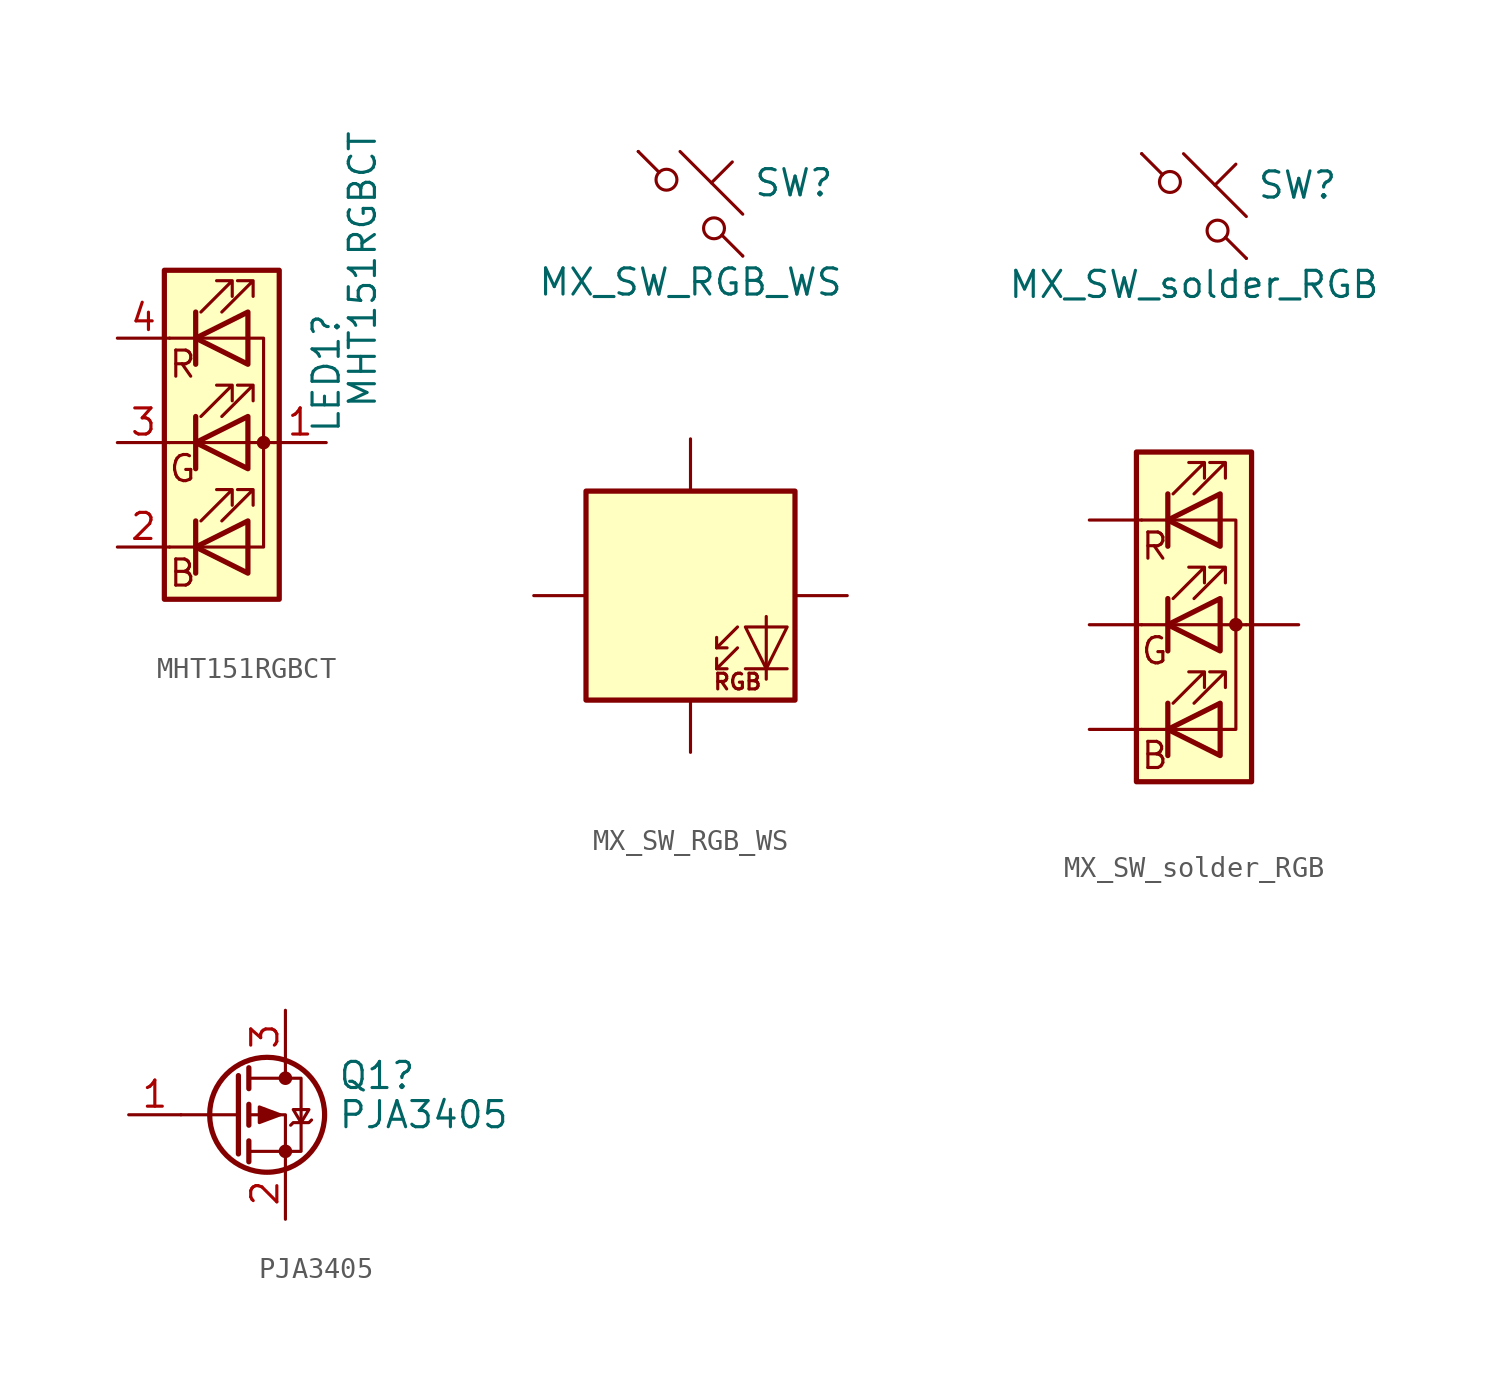
<source format=kicad_sym>
(kicad_symbol_lib
  (version 20220914)
  (generator kicad_symbol_editor)
  (symbol "MHT151RGBCT"
    (pin_names
      (offset 0) hide)
    (property "Reference" "LED1"
      (at 5.08 6.35 90)
      (effects (font (size 1.27 1.27)) (justify right)))
    (property "Value" "MHT151RGBCT"
      (at 6.842 15.24 90)
      (effects (font (size 1.27 1.27)) (justify right)))
    (symbol "MHT151RGBCT_0_0"
      (text "B" (at -1.905 -6.35 0) (effects (font (size 1.27 1.27))))
      (text "G" (at -1.905 -1.27 0) (effects (font (size 1.27 1.27))))
      (text "R" (at -1.905 3.81 0) (effects (font (size 1.27 1.27)))))
    (symbol "MHT151RGBCT_0_1"
      (polyline (pts (xy -1.27 -5.08) (xy -2.54 -5.08)) (stroke (width 0) (type default)) (fill (type none)))
      (polyline (pts (xy -1.27 -5.08) (xy 1.27 -5.08)) (stroke (width 0) (type default)) (fill (type none)))
      (polyline (pts (xy -1.27 -3.81) (xy -1.27 -6.35)) (stroke (width 0.254) (type default)) (fill (type none)))
      (polyline (pts (xy -1.27 0) (xy -2.54 0)) (stroke (width 0) (type default)) (fill (type none)))
      (polyline (pts (xy -1.27 1.27) (xy -1.27 -1.27)) (stroke (width 0.254) (type default)) (fill (type none)))
      (polyline (pts (xy -1.27 5.08) (xy -2.54 5.08)) (stroke (width 0) (type default)) (fill (type none)))
      (polyline (pts (xy -1.27 5.08) (xy 1.27 5.08)) (stroke (width 0) (type default)) (fill (type none)))
      (polyline (pts (xy -1.27 6.35) (xy -1.27 3.81)) (stroke (width 0.254) (type default)) (fill (type none)))
      (polyline (pts (xy 1.27 0) (xy -1.27 0)) (stroke (width 0) (type default)) (fill (type none)))
      (polyline (pts (xy 1.27 0) (xy 2.54 0)) (stroke (width 0) (type default)) (fill (type none)))
      (polyline (pts (xy -1.27 1.27) (xy -1.27 -1.27) (xy -1.27 -1.27)) (stroke (width 0) (type default)) (fill (type none)))
      (polyline (pts (xy -1.27 6.35) (xy -1.27 3.81) (xy -1.27 3.81)) (stroke (width 0) (type default)) (fill (type none)))
      (polyline (pts (xy 1.27 -5.08) (xy 2.032 -5.08) (xy 2.032 5.08) (xy 1.27 5.08)) (stroke (width 0) (type default)) (fill (type none)))
      (polyline (pts (xy 1.27 -3.81) (xy 1.27 -6.35) (xy -1.27 -5.08) (xy 1.27 -3.81)) (stroke (width 0.254) (type default)) (fill (type none)))
      (polyline (pts (xy 1.27 1.27) (xy 1.27 -1.27) (xy -1.27 0) (xy 1.27 1.27)) (stroke (width 0.254) (type default)) (fill (type none)))
      (polyline (pts (xy 1.27 6.35) (xy 1.27 3.81) (xy -1.27 5.08) (xy 1.27 6.35)) (stroke (width 0.254) (type default)) (fill (type none)))
      (polyline (pts (xy -1.016 -3.81) (xy 0.508 -2.286) (xy -0.254 -2.286) (xy 0.508 -2.286) (xy 0.508 -3.048)) (stroke (width 0) (type default)) (fill (type none)))
      (polyline (pts (xy -1.016 1.27) (xy 0.508 2.794) (xy -0.254 2.794) (xy 0.508 2.794) (xy 0.508 2.032)) (stroke (width 0) (type default)) (fill (type none)))
      (polyline (pts (xy -1.016 6.35) (xy 0.508 7.874) (xy -0.254 7.874) (xy 0.508 7.874) (xy 0.508 7.112)) (stroke (width 0) (type default)) (fill (type none)))
      (polyline (pts (xy 0 -3.81) (xy 1.524 -2.286) (xy 0.762 -2.286) (xy 1.524 -2.286) (xy 1.524 -3.048)) (stroke (width 0) (type default)) (fill (type none)))
      (polyline (pts (xy 0 1.27) (xy 1.524 2.794) (xy 0.762 2.794) (xy 1.524 2.794) (xy 1.524 2.032)) (stroke (width 0) (type default)) (fill (type none)))
      (polyline (pts (xy 0 6.35) (xy 1.524 7.874) (xy 0.762 7.874) (xy 1.524 7.874) (xy 1.524 7.112)) (stroke (width 0) (type default)) (fill (type none)))
      (rectangle (start 1.27 -1.27) (end 1.27 1.27) (stroke (width 0) (type default)) (fill (type none)))
      (rectangle (start 1.27 1.27) (end 1.27 1.27) (stroke (width 0) (type default)) (fill (type none)))
      (rectangle (start 1.27 3.81) (end 1.27 6.35) (stroke (width 0) (type default)) (fill (type none)))
      (rectangle (start 1.27 6.35) (end 1.27 6.35) (stroke (width 0) (type default)) (fill (type none)))
      (circle (center 2.032 0) (radius 0.254) (stroke (width 0) (type default)) (fill (type outline)))
      (rectangle (start 2.794 8.382) (end -2.794 -7.62) (stroke (width 0.254) (type default)) (fill (type background))))
    (symbol "MHT151RGBCT_1_1"
      (pin passive line (at 5.08 0 180) (length 2.54) (name "A" (effects (font (size 1.27 1.27)))) (number "1" (effects (font (size 1.27 1.27)))))
      (pin passive line (at -5.08 -5.08 0) (length 2.54) (name "BK" (effects (font (size 1.27 1.27)))) (number "2" (effects (font (size 1.27 1.27)))))
      (pin passive line (at -5.08 0 0) (length 2.54) (name "GK" (effects (font (size 1.27 1.27)))) (number "3" (effects (font (size 1.27 1.27)))))
      (pin passive line (at -5.08 5.08 0) (length 2.54) (name "RK" (effects (font (size 1.27 1.27)))) (number "4" (effects (font (size 1.27 1.27)))))))
  (symbol "MX_SW_RGB_WS"
    (pin_numbers hide)
    (pin_names
      (offset 1.016) hide)
    (property "Reference" "SW"
      (at 3.048 1.016 0)
      (effects (font (size 1.27 1.27)) (justify left)))
    (property "Value" "MX_SW_RGB_WS"
      (at 0 -3.81 0)
      (effects (font (size 1.27 1.27))))
    (symbol "MX_SW_RGB_WS_0_0"
      (text "RGB" (at 2.286 -23.241 0) (effects (font (size 0.762 0.762)))))
    (symbol "MX_SW_RGB_WS_0_1"
      (circle (center -1.168 1.168) (radius 0.508) (stroke (width 0) (type default)) (fill (type none)))
      (polyline (pts (xy -0.508 2.54) (xy 2.54 -0.508)) (stroke (width 0) (type default)) (fill (type none)))
      (polyline (pts (xy 1.016 1.016) (xy 2.032 2.032)) (stroke (width 0) (type default)) (fill (type none)))
      (polyline (pts (xy 1.27 -22.606) (xy 1.778 -22.606)) (stroke (width 0) (type default)) (fill (type none)))
      (polyline (pts (xy 1.27 -21.59) (xy 1.778 -21.59)) (stroke (width 0) (type default)) (fill (type none)))
      (polyline (pts (xy 4.699 -22.606) (xy 2.667 -22.606)) (stroke (width 0) (type default)) (fill (type none)))
      (polyline (pts (xy -2.54 2.54) (xy -1.524 1.524) (xy -1.524 1.524)) (stroke (width 0) (type default)) (fill (type none)))
      (polyline (pts (xy 2.286 -21.59) (xy 1.27 -22.606) (xy 1.27 -22.098)) (stroke (width 0) (type default)) (fill (type none)))
      (polyline (pts (xy 2.286 -20.574) (xy 1.27 -21.59) (xy 1.27 -21.082)) (stroke (width 0) (type default)) (fill (type none)))
      (polyline (pts (xy 3.683 -20.066) (xy 3.683 -22.606) (xy 3.683 -23.114)) (stroke (width 0) (type default)) (fill (type none)))
      (polyline (pts (xy 1.524 -1.524) (xy 2.54 -2.54) (xy 2.54 -2.54) (xy 2.54 -2.54)) (stroke (width 0) (type default)) (fill (type none)))
      (polyline (pts (xy 4.699 -20.574) (xy 2.667 -20.574) (xy 3.683 -22.606) (xy 4.699 -20.574)) (stroke (width 0) (type default)) (fill (type none)))
      (circle (center 1.143 -1.194) (radius 0.508) (stroke (width 0) (type default)) (fill (type none)))
      (rectangle (start 5.08 -13.97) (end -5.08 -24.13) (stroke (width 0.254) (type default)) (fill (type background)))
      (pin passive line (at -2.54 2.54 0) (length 0) (name "1" (effects (font (size 1.27 1.27)))) (number "1" (effects (font (size 1.27 1.27)))))
      (pin passive line (at 2.54 -2.54 180) (length 0) (name "2" (effects (font (size 1.27 1.27)))) (number "2" (effects (font (size 1.27 1.27))))))
    (symbol "MX_SW_RGB_WS_1_1"
      (pin power_in line (at 0 -26.67 90) (length 2.54) (name "VSS" (effects (font (size 1.27 1.27)))) (number "3" (effects (font (size 1.27 1.27)))))
      (pin input line (at -7.62 -19.05 0) (length 2.54) (name "DIN" (effects (font (size 1.27 1.27)))) (number "4" (effects (font (size 1.27 1.27)))))
      (pin power_in line (at 0 -11.43 270) (length 2.54) (name "VDD" (effects (font (size 1.27 1.27)))) (number "5" (effects (font (size 1.27 1.27)))))
      (pin output line (at 7.62 -19.05 180) (length 2.54) (name "DOUT" (effects (font (size 1.27 1.27)))) (number "6" (effects (font (size 1.27 1.27)))))))
  (symbol "MX_SW_solder_RGB"
    (pin_numbers hide)
    (pin_names
      (offset 1.016) hide)
    (property "Reference" "SW"
      (at 3.048 1.016 0)
      (effects (font (size 1.27 1.27)) (justify left)))
    (property "Value" "MX_SW_solder_RGB"
      (at 0 -3.81 0)
      (effects (font (size 1.27 1.27))))
    (symbol "MX_SW_solder_RGB_0_0"
      (text "B" (at -1.905 -26.67 0) (effects (font (size 1.27 1.27))))
      (text "G" (at -1.905 -21.59 0) (effects (font (size 1.27 1.27))))
      (text "R" (at -1.905 -16.51 0) (effects (font (size 1.27 1.27)))))
    (symbol "MX_SW_solder_RGB_0_1"
      (circle (center -1.168 1.168) (radius 0.508) (stroke (width 0) (type default)) (fill (type none)))
      (polyline (pts (xy -1.27 -25.4) (xy -2.54 -25.4)) (stroke (width 0) (type default)) (fill (type none)))
      (polyline (pts (xy -1.27 -25.4) (xy 1.27 -25.4)) (stroke (width 0) (type default)) (fill (type none)))
      (polyline (pts (xy -1.27 -24.13) (xy -1.27 -26.67)) (stroke (width 0.254) (type default)) (fill (type none)))
      (polyline (pts (xy -1.27 -20.32) (xy -2.54 -20.32)) (stroke (width 0) (type default)) (fill (type none)))
      (polyline (pts (xy -1.27 -19.05) (xy -1.27 -21.59)) (stroke (width 0.254) (type default)) (fill (type none)))
      (polyline (pts (xy -1.27 -15.24) (xy -2.54 -15.24)) (stroke (width 0) (type default)) (fill (type none)))
      (polyline (pts (xy -1.27 -15.24) (xy 1.27 -15.24)) (stroke (width 0) (type default)) (fill (type none)))
      (polyline (pts (xy -1.27 -13.97) (xy -1.27 -16.51)) (stroke (width 0.254) (type default)) (fill (type none)))
      (polyline (pts (xy -0.508 2.54) (xy 2.54 -0.508)) (stroke (width 0) (type default)) (fill (type none)))
      (polyline (pts (xy 1.016 1.016) (xy 2.032 2.032)) (stroke (width 0) (type default)) (fill (type none)))
      (polyline (pts (xy 1.27 -20.32) (xy -1.27 -20.32)) (stroke (width 0) (type default)) (fill (type none)))
      (polyline (pts (xy 1.27 -20.32) (xy 2.54 -20.32)) (stroke (width 0) (type default)) (fill (type none)))
      (polyline (pts (xy -2.54 2.54) (xy -1.524 1.524) (xy -1.524 1.524)) (stroke (width 0) (type default)) (fill (type none)))
      (polyline (pts (xy -1.27 -19.05) (xy -1.27 -21.59) (xy -1.27 -21.59)) (stroke (width 0) (type default)) (fill (type none)))
      (polyline (pts (xy -1.27 -13.97) (xy -1.27 -16.51) (xy -1.27 -16.51)) (stroke (width 0) (type default)) (fill (type none)))
      (polyline (pts (xy 1.27 -25.4) (xy 2.032 -25.4) (xy 2.032 -15.24) (xy 1.27 -15.24)) (stroke (width 0) (type default)) (fill (type none)))
      (polyline (pts (xy 1.27 -24.13) (xy 1.27 -26.67) (xy -1.27 -25.4) (xy 1.27 -24.13)) (stroke (width 0.254) (type default)) (fill (type none)))
      (polyline (pts (xy 1.27 -19.05) (xy 1.27 -21.59) (xy -1.27 -20.32) (xy 1.27 -19.05)) (stroke (width 0.254) (type default)) (fill (type none)))
      (polyline (pts (xy 1.27 -13.97) (xy 1.27 -16.51) (xy -1.27 -15.24) (xy 1.27 -13.97)) (stroke (width 0.254) (type default)) (fill (type none)))
      (polyline (pts (xy 1.524 -1.524) (xy 2.54 -2.54) (xy 2.54 -2.54) (xy 2.54 -2.54)) (stroke (width 0) (type default)) (fill (type none)))
      (polyline (pts (xy -1.016 -24.13) (xy 0.508 -22.606) (xy -0.254 -22.606) (xy 0.508 -22.606) (xy 0.508 -23.368)) (stroke (width 0) (type default)) (fill (type none)))
      (polyline (pts (xy -1.016 -19.05) (xy 0.508 -17.526) (xy -0.254 -17.526) (xy 0.508 -17.526) (xy 0.508 -18.288)) (stroke (width 0) (type default)) (fill (type none)))
      (polyline (pts (xy -1.016 -13.97) (xy 0.508 -12.446) (xy -0.254 -12.446) (xy 0.508 -12.446) (xy 0.508 -13.208)) (stroke (width 0) (type default)) (fill (type none)))
      (polyline (pts (xy 0 -24.13) (xy 1.524 -22.606) (xy 0.762 -22.606) (xy 1.524 -22.606) (xy 1.524 -23.368)) (stroke (width 0) (type default)) (fill (type none)))
      (polyline (pts (xy 0 -19.05) (xy 1.524 -17.526) (xy 0.762 -17.526) (xy 1.524 -17.526) (xy 1.524 -18.288)) (stroke (width 0) (type default)) (fill (type none)))
      (polyline (pts (xy 0 -13.97) (xy 1.524 -12.446) (xy 0.762 -12.446) (xy 1.524 -12.446) (xy 1.524 -13.208)) (stroke (width 0) (type default)) (fill (type none)))
      (circle (center 1.143 -1.194) (radius 0.508) (stroke (width 0) (type default)) (fill (type none)))
      (rectangle (start 1.27 -21.59) (end 1.27 -19.05) (stroke (width 0) (type default)) (fill (type none)))
      (rectangle (start 1.27 -19.05) (end 1.27 -19.05) (stroke (width 0) (type default)) (fill (type none)))
      (rectangle (start 1.27 -16.51) (end 1.27 -13.97) (stroke (width 0) (type default)) (fill (type none)))
      (rectangle (start 1.27 -13.97) (end 1.27 -13.97) (stroke (width 0) (type default)) (fill (type none)))
      (circle (center 2.032 -20.32) (radius 0.254) (stroke (width 0) (type default)) (fill (type outline)))
      (rectangle (start 2.794 -11.938) (end -2.794 -27.94) (stroke (width 0.254) (type default)) (fill (type background)))
      (pin passive line (at -2.54 2.54 0) (length 0) (name "1" (effects (font (size 1.27 1.27)))) (number "1" (effects (font (size 1.27 1.27)))))
      (pin passive line (at 2.54 -2.54 180) (length 0) (name "2" (effects (font (size 1.27 1.27)))) (number "2" (effects (font (size 1.27 1.27))))))
    (symbol "MX_SW_solder_RGB_1_1"
      (pin passive line (at -5.08 -15.24 0) (length 2.54) (name "RK" (effects (font (size 1.27 1.27)))) (number "3" (effects (font (size 1.27 1.27)))))
      (pin passive line (at -5.08 -20.32 0) (length 2.54) (name "GK" (effects (font (size 1.27 1.27)))) (number "4" (effects (font (size 1.27 1.27)))))
      (pin passive line (at -5.08 -25.4 0) (length 2.54) (name "BK" (effects (font (size 1.27 1.27)))) (number "5" (effects (font (size 1.27 1.27)))))
      (pin passive line (at 5.08 -20.32 180) (length 2.54) (name "A" (effects (font (size 1.27 1.27)))) (number "6" (effects (font (size 1.27 1.27)))))))
  (symbol "PJA3405"
    (pin_names
      (offset 0) hide)
    (property "Reference" "Q1"
      (at 5.08 1.905 0)
      (effects (font (size 1.27 1.27)) (justify left)))
    (property "Value" "PJA3405"
      (at 5.08 0 0)
      (effects (font (size 1.27 1.27)) (justify left)))
    (symbol "PJA3405_0_1"
      (polyline (pts (xy 0.254 0) (xy -2.54 0)) (stroke (width 0) (type default)) (fill (type none)))
      (polyline (pts (xy 0.254 1.905) (xy 0.254 -1.905)) (stroke (width 0.254) (type default)) (fill (type none)))
      (polyline (pts (xy 0.762 -1.27) (xy 0.762 -2.286)) (stroke (width 0.254) (type default)) (fill (type none)))
      (polyline (pts (xy 0.762 0.508) (xy 0.762 -0.508)) (stroke (width 0.254) (type default)) (fill (type none)))
      (polyline (pts (xy 0.762 2.286) (xy 0.762 1.27)) (stroke (width 0.254) (type default)) (fill (type none)))
      (polyline (pts (xy 2.54 2.54) (xy 2.54 1.778)) (stroke (width 0) (type default)) (fill (type none)))
      (polyline (pts (xy 2.54 -2.54) (xy 2.54 0) (xy 0.762 0)) (stroke (width 0) (type default)) (fill (type none)))
      (polyline (pts (xy 0.762 1.778) (xy 3.302 1.778) (xy 3.302 -1.778) (xy 0.762 -1.778)) (stroke (width 0) (type default)) (fill (type none)))
      (polyline (pts (xy 2.286 0) (xy 1.27 0.381) (xy 1.27 -0.381) (xy 2.286 0)) (stroke (width 0) (type default)) (fill (type outline)))
      (polyline (pts (xy 2.794 -0.508) (xy 2.921 -0.381) (xy 3.683 -0.381) (xy 3.81 -0.254)) (stroke (width 0) (type default)) (fill (type none)))
      (polyline (pts (xy 3.302 -0.381) (xy 2.921 0.254) (xy 3.683 0.254) (xy 3.302 -0.381)) (stroke (width 0) (type default)) (fill (type none)))
      (circle (center 1.651 0) (radius 2.794) (stroke (width 0.254) (type default)) (fill (type none)))
      (circle (center 2.54 -1.778) (radius 0.254) (stroke (width 0) (type default)) (fill (type outline)))
      (circle (center 2.54 1.778) (radius 0.254) (stroke (width 0) (type default)) (fill (type outline))))
    (symbol "PJA3405_1_1"
      (pin input line (at -5.08 0 0) (length 2.54) (name "G" (effects (font (size 1.27 1.27)))) (number "1" (effects (font (size 1.27 1.27)))))
      (pin passive line (at 2.54 -5.08 90) (length 2.54) (name "S" (effects (font (size 1.27 1.27)))) (number "2" (effects (font (size 1.27 1.27)))))
      (pin passive line (at 2.54 5.08 270) (length 2.54) (name "D" (effects (font (size 1.27 1.27)))) (number "3" (effects (font (size 1.27 1.27))))))))
</source>
